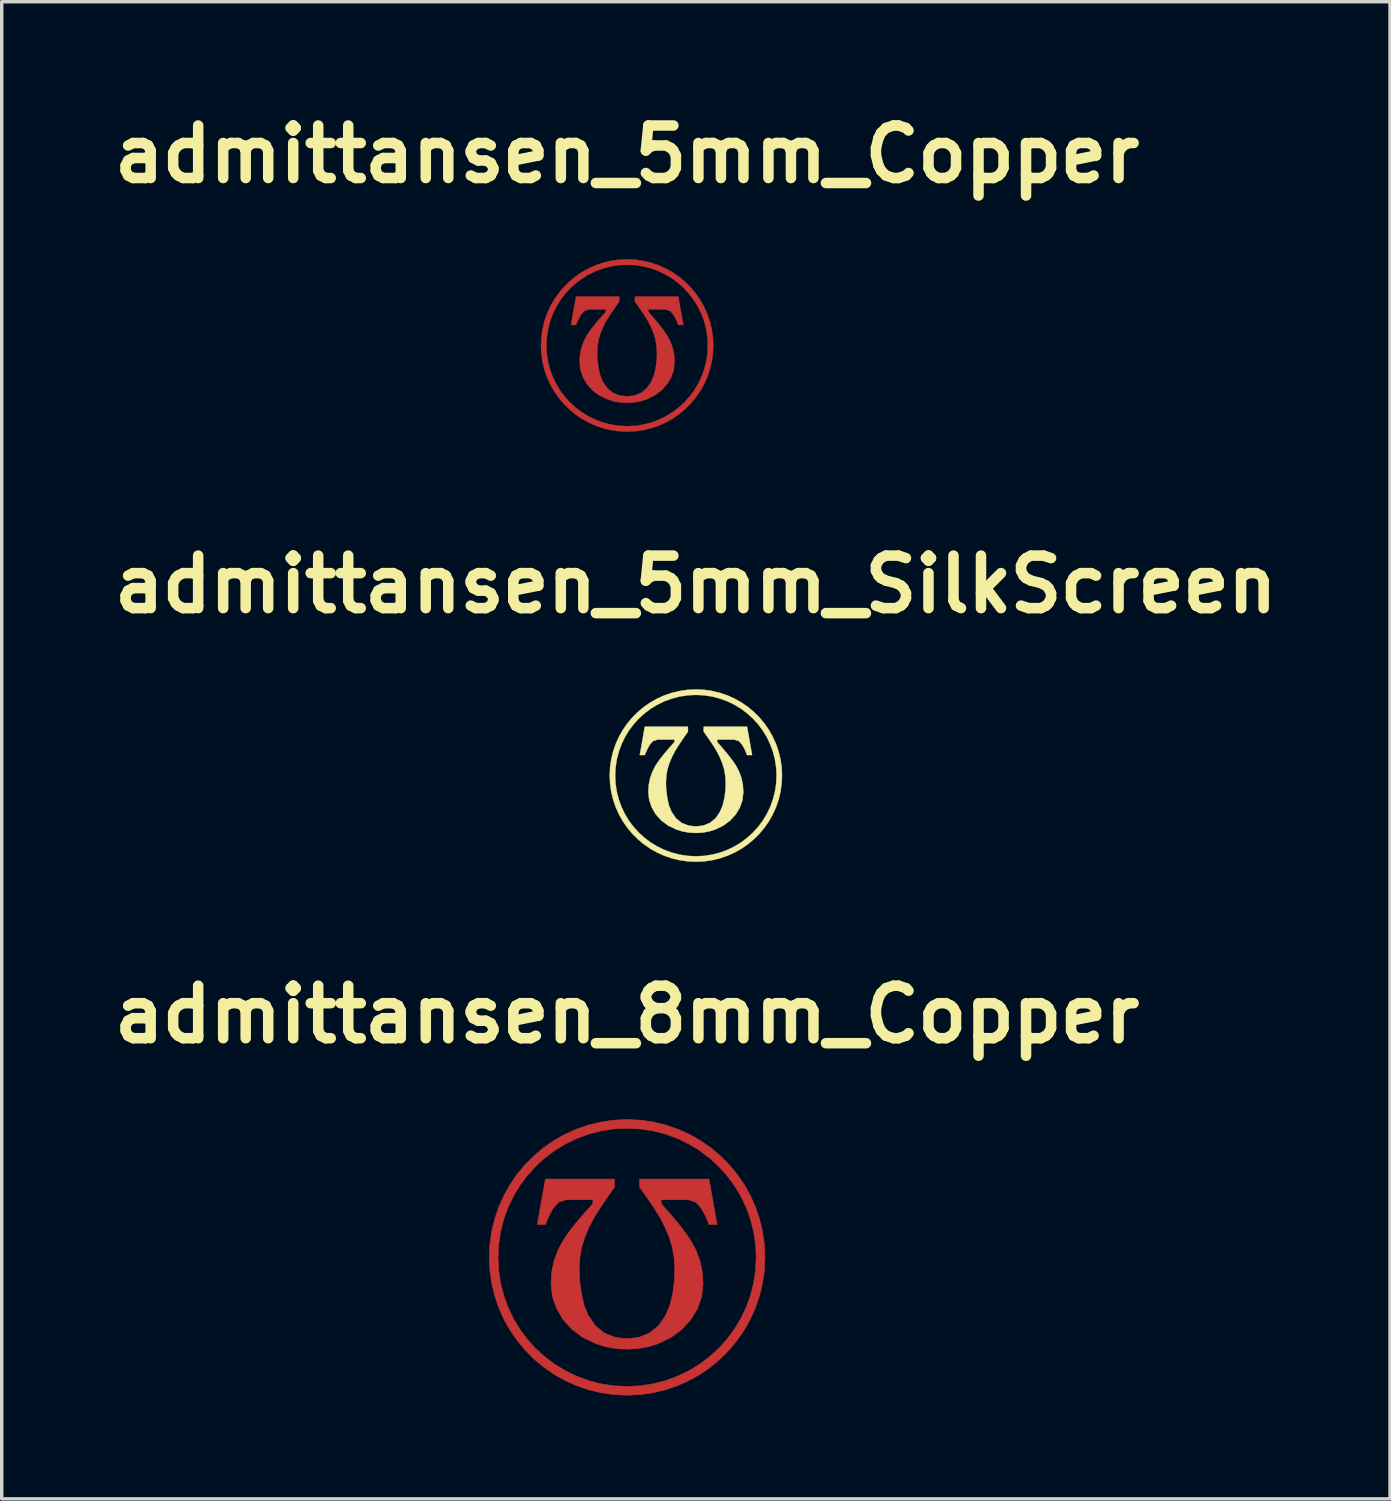
<source format=kicad_pcb>
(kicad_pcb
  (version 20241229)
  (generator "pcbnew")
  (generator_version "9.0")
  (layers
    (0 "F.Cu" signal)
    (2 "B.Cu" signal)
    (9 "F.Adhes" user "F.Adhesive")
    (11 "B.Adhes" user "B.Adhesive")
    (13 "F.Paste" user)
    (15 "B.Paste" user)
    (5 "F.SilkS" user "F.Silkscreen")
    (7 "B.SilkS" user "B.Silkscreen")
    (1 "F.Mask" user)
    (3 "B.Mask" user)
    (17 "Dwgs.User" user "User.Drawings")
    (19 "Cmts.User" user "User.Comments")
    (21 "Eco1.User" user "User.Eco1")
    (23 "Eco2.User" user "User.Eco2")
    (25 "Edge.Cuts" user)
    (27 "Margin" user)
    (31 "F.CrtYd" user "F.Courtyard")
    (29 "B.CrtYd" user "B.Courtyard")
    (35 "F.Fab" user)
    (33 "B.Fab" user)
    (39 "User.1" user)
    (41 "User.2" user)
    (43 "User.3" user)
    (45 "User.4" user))
  (footprint "admittansen_5mm_SilkScreen"
    (layer "F.Cu")
    (at 17.141 19.454)
    (property "Reference" "admittansen_5mm_SilkScreen" (at 0 -5.548 0) (layer "F.SilkS") (effects (font (size 1.524 1.524) (thickness 0.305))))
    (attr exclude_from_pos_files exclude_from_bom)
    (fp_poly (pts (xy -1.628 -0.596) (xy -1.482 -1.419) (xy -0.23 -1.419) (xy -0.23 -1.275) (xy -0.358 -1.09) (xy -0.484 -0.904) (xy -0.6 -0.722) (xy -0.69 -0.549) (xy -0.768 -0.364) (xy -0.824 -0.186) (xy -0.857 0.007) (xy -0.869 0.238) (xy -0.859 0.428) (xy -0.83 0.646) (xy -0.782 0.863) (xy -0.707 1.049) (xy -0.574 1.243) (xy -0.41 1.374) (xy -0.219 1.45) (xy -0.001 1.476) (xy 0.218 1.449) (xy 0.411 1.37) (xy 0.574 1.236) (xy 0.702 1.047) (xy 0.777 0.867) (xy 0.827 0.661) (xy 0.856 0.447) (xy 0.865 0.238) (xy 0.854 0.016) (xy 0.819 -0.186) (xy 0.762 -0.372) (xy 0.685 -0.553) (xy 0.591 -0.733) (xy 0.475 -0.918) (xy 0.348 -1.102) (xy 0.227 -1.275) (xy 0.227 -1.419) (xy 1.485 -1.419) (xy 1.632 -0.596) (xy 1.485 -0.596) (xy 1.424 -0.749) (xy 1.345 -0.891) (xy 1.245 -1.003) (xy 1.105 -1.046) (xy 0.617 -1.046) (xy 0.617 -0.976) (xy 0.76 -0.812) (xy 0.914 -0.63) (xy 1.055 -0.449) (xy 1.161 -0.294) (xy 1.25 -0.125) (xy 1.32 0.06) (xy 1.363 0.262) (xy 1.377 0.476) (xy 1.352 0.711) (xy 1.277 0.928) (xy 1.156 1.128) (xy 0.991 1.308) (xy 0.793 1.454) (xy 0.556 1.567) (xy 0.379 1.621) (xy 0.193 1.654) (xy -0.001 1.665) (xy -0.201 1.654) (xy -0.389 1.62) (xy -0.565 1.565) (xy -0.803 1.451) (xy -1.002 1.304) (xy -1.162 1.126) (xy -1.28 0.924) (xy -1.355 0.706) (xy -1.38 0.476) (xy -1.366 0.263) (xy -1.325 0.064) (xy -1.258 -0.12) (xy -1.166 -0.297) (xy -1.049 -0.469) (xy -0.911 -0.642) (xy -0.765 -0.813) (xy -0.62 -0.976) (xy -0.62 -1.046) (xy -1.102 -1.046) (xy -1.24 -1.003) (xy -1.342 -0.891) (xy -1.42 -0.744) (xy -1.482 -0.596) (xy -1.628 -0.596)) (stroke (width 0.01) (type solid)) (fill yes) (layer "F.SilkS"))
    (fp_poly (pts (xy 0 -2.5) (xy 0 -2.341) (xy 0.239 -2.329) (xy 0.472 -2.293) (xy 0.696 -2.235) (xy 0.911 -2.157) (xy 1.116 -2.058) (xy 1.309 -1.941) (xy 1.489 -1.806) (xy 1.655 -1.655) (xy 1.806 -1.489) (xy 1.941 -1.309) (xy 2.058 -1.116) (xy 2.157 -0.911) (xy 2.235 -0.696) (xy 2.293 -0.472) (xy 2.329 -0.239) (xy 2.341 0) (xy 2.329 0.239) (xy 2.293 0.472) (xy 2.235 0.696) (xy 2.157 0.911) (xy 2.058 1.116) (xy 1.941 1.309) (xy 1.806 1.489) (xy 1.655 1.655) (xy 1.489 1.806) (xy 1.309 1.941) (xy 1.116 2.058) (xy 0.911 2.157) (xy 0.696 2.235) (xy 0.472 2.293) (xy 0.239 2.329) (xy 0 2.341) (xy -0.239 2.329) (xy -0.472 2.293) (xy -0.696 2.235) (xy -0.911 2.157) (xy -1.116 2.058) (xy -1.309 1.941) (xy -1.489 1.806) (xy -1.655 1.655) (xy -1.806 1.489) (xy -1.941 1.309) (xy -2.058 1.116) (xy -2.157 0.911) (xy -2.235 0.696) (xy -2.293 0.472) (xy -2.329 0.239) (xy -2.341 0) (xy -2.329 -0.239) (xy -2.293 -0.472) (xy -2.235 -0.696) (xy -2.157 -0.911) (xy -2.058 -1.116) (xy -1.941 -1.309) (xy -1.806 -1.489) (xy -1.655 -1.655) (xy -1.489 -1.806) (xy -1.309 -1.941) (xy -1.116 -2.058) (xy -0.911 -2.157) (xy -0.696 -2.235) (xy -0.472 -2.293) (xy -0.239 -2.329) (xy 0 -2.341) (xy 0 -2.5) (xy -0.241 -2.489) (xy -0.475 -2.455) (xy -0.701 -2.4) (xy -0.92 -2.325) (xy -1.128 -2.231) (xy -1.326 -2.119) (xy -1.512 -1.99) (xy -1.686 -1.845) (xy -1.845 -1.686) (xy -1.99 -1.512) (xy -2.119 -1.326) (xy -2.231 -1.128) (xy -2.325 -0.92) (xy -2.4 -0.701) (xy -2.455 -0.475) (xy -2.489 -0.241) (xy -2.5 0) (xy -2.489 0.241) (xy -2.455 0.475) (xy -2.4 0.701) (xy -2.325 0.92) (xy -2.231 1.128) (xy -2.119 1.326) (xy -1.99 1.512) (xy -1.845 1.686) (xy -1.686 1.845) (xy -1.512 1.99) (xy -1.326 2.119) (xy -1.128 2.231) (xy -0.92 2.325) (xy -0.701 2.4) (xy -0.475 2.455) (xy -0.241 2.489) (xy 0 2.5) (xy 0.241 2.489) (xy 0.475 2.455) (xy 0.701 2.4) (xy 0.92 2.325) (xy 1.128 2.231) (xy 1.326 2.119) (xy 1.512 1.99) (xy 1.686 1.845) (xy 1.845 1.686) (xy 1.99 1.512) (xy 2.119 1.326) (xy 2.231 1.128) (xy 2.325 0.92) (xy 2.4 0.701) (xy 2.455 0.475) (xy 2.489 0.241) (xy 2.5 0) (xy 2.489 -0.241) (xy 2.455 -0.475) (xy 2.4 -0.701) (xy 2.325 -0.92) (xy 2.231 -1.128) (xy 2.119 -1.326) (xy 1.99 -1.512) (xy 1.845 -1.686) (xy 1.686 -1.845) (xy 1.512 -1.99) (xy 1.326 -2.119) (xy 1.128 -2.231) (xy 0.92 -2.325) (xy 0.701 -2.4) (xy 0.475 -2.455) (xy 0.241 -2.489) (xy 0 -2.5)) (stroke (width 0.009) (type solid)) (fill yes) (layer "F.SilkS")))
  (footprint "admittansen_8mm_Copper"
    (layer "F.Cu")
    (at 15.146 33.433)
    (property "Reference" "admittansen_8mm_Copper" (at 0 -7.048 0) (layer "F.SilkS") (effects (font (size 1.524 1.524) (thickness 0.305))))
    (attr exclude_from_pos_files exclude_from_bom)
    (fp_poly (pts (xy -2.606 -0.953) (xy -2.371 -2.271) (xy -0.368 -2.271) (xy -0.368 -2.04) (xy -0.573 -1.744) (xy -0.775 -1.446) (xy -0.959 -1.154) (xy -1.105 -0.879) (xy -1.229 -0.582) (xy -1.319 -0.298) (xy -1.372 0.011) (xy -1.39 0.381) (xy -1.375 0.685) (xy -1.329 1.033) (xy -1.251 1.382) (xy -1.132 1.679) (xy -0.918 1.989) (xy -0.656 2.198) (xy -0.35 2.321) (xy -0.001 2.361) (xy 0.349 2.319) (xy 0.658 2.191) (xy 0.919 1.978) (xy 1.123 1.675) (xy 1.243 1.387) (xy 1.324 1.057) (xy 1.369 0.715) (xy 1.385 0.381) (xy 1.366 0.025) (xy 1.31 -0.298) (xy 1.219 -0.596) (xy 1.096 -0.885) (xy 0.946 -1.172) (xy 0.76 -1.469) (xy 0.557 -1.763) (xy 0.363 -2.04) (xy 0.363 -2.271) (xy 2.376 -2.271) (xy 2.611 -0.953) (xy 2.376 -0.953) (xy 2.278 -1.198) (xy 2.152 -1.425) (xy 1.993 -1.605) (xy 1.769 -1.673) (xy 0.987 -1.673) (xy 0.987 -1.561) (xy 1.217 -1.299) (xy 1.463 -1.008) (xy 1.689 -0.719) (xy 1.857 -0.471) (xy 2 -0.2) (xy 2.112 0.096) (xy 2.18 0.419) (xy 2.203 0.762) (xy 2.163 1.138) (xy 2.044 1.485) (xy 1.849 1.805) (xy 1.585 2.093) (xy 1.268 2.326) (xy 0.889 2.507) (xy 0.606 2.594) (xy 0.309 2.646) (xy -0.001 2.664) (xy -0.322 2.646) (xy -0.623 2.593) (xy -0.904 2.504) (xy -1.285 2.321) (xy -1.604 2.086) (xy -1.859 1.802) (xy -2.049 1.478) (xy -2.168 1.129) (xy -2.208 0.762) (xy -2.186 0.42) (xy -2.12 0.103) (xy -2.012 -0.193) (xy -1.865 -0.474) (xy -1.678 -0.75) (xy -1.458 -1.028) (xy -1.224 -1.301) (xy -0.992 -1.561) (xy -0.992 -1.673) (xy -1.763 -1.673) (xy -1.984 -1.605) (xy -2.147 -1.425) (xy -2.273 -1.191) (xy -2.371 -0.953) (xy -2.606 -0.953)) (stroke (width 0.016) (type solid)) (fill yes) (layer "F.Cu"))
    (fp_poly (pts (xy 0 -4) (xy 0 -3.745) (xy 0.383 -3.726) (xy 0.755 -3.669) (xy 1.114 -3.577) (xy 1.458 -3.451) (xy 1.786 -3.293) (xy 2.095 -3.106) (xy 2.383 -2.89) (xy 2.649 -2.649) (xy 2.89 -2.383) (xy 3.106 -2.095) (xy 3.293 -1.786) (xy 3.451 -1.458) (xy 3.577 -1.114) (xy 3.669 -0.755) (xy 3.726 -0.383) (xy 3.745 0) (xy 3.726 0.383) (xy 3.669 0.755) (xy 3.577 1.114) (xy 3.451 1.458) (xy 3.293 1.786) (xy 3.106 2.095) (xy 2.89 2.383) (xy 2.649 2.649) (xy 2.383 2.89) (xy 2.095 3.106) (xy 1.786 3.293) (xy 1.458 3.451) (xy 1.114 3.577) (xy 0.755 3.669) (xy 0.383 3.726) (xy 0 3.745) (xy -0.383 3.726) (xy -0.755 3.669) (xy -1.114 3.577) (xy -1.458 3.451) (xy -1.786 3.293) (xy -2.095 3.106) (xy -2.383 2.89) (xy -2.649 2.649) (xy -2.89 2.383) (xy -3.106 2.095) (xy -3.293 1.786) (xy -3.451 1.458) (xy -3.577 1.114) (xy -3.669 0.755) (xy -3.726 0.383) (xy -3.745 0) (xy -3.726 -0.383) (xy -3.669 -0.755) (xy -3.577 -1.114) (xy -3.451 -1.458) (xy -3.293 -1.786) (xy -3.106 -2.095) (xy -2.89 -2.383) (xy -2.649 -2.649) (xy -2.383 -2.89) (xy -2.095 -3.106) (xy -1.786 -3.293) (xy -1.458 -3.451) (xy -1.114 -3.577) (xy -0.755 -3.669) (xy -0.383 -3.726) (xy 0 -3.745) (xy 0 -4) (xy -0.385 -3.982) (xy -0.76 -3.928) (xy -1.122 -3.84) (xy -1.471 -3.72) (xy -1.805 -3.57) (xy -2.122 -3.391) (xy -2.42 -3.184) (xy -2.697 -2.953) (xy -2.953 -2.697) (xy -3.184 -2.42) (xy -3.391 -2.122) (xy -3.57 -1.805) (xy -3.72 -1.471) (xy -3.84 -1.122) (xy -3.928 -0.76) (xy -3.982 -0.385) (xy -4 0) (xy -3.982 0.385) (xy -3.928 0.76) (xy -3.84 1.122) (xy -3.72 1.471) (xy -3.57 1.805) (xy -3.391 2.122) (xy -3.184 2.42) (xy -2.953 2.697) (xy -2.697 2.953) (xy -2.42 3.184) (xy -2.122 3.391) (xy -1.805 3.57) (xy -1.471 3.72) (xy -1.122 3.84) (xy -0.76 3.928) (xy -0.385 3.982) (xy 0 4) (xy 0.385 3.982) (xy 0.76 3.928) (xy 1.122 3.84) (xy 1.471 3.72) (xy 1.805 3.57) (xy 2.122 3.391) (xy 2.42 3.184) (xy 2.697 2.953) (xy 2.953 2.697) (xy 3.184 2.42) (xy 3.391 2.122) (xy 3.57 1.805) (xy 3.72 1.471) (xy 3.84 1.122) (xy 3.928 0.76) (xy 3.982 0.385) (xy 4 0) (xy 3.982 -0.385) (xy 3.928 -0.76) (xy 3.84 -1.122) (xy 3.72 -1.471) (xy 3.57 -1.805) (xy 3.391 -2.122) (xy 3.184 -2.42) (xy 2.953 -2.697) (xy 2.697 -2.953) (xy 2.42 -3.184) (xy 2.122 -3.391) (xy 1.805 -3.57) (xy 1.471 -3.72) (xy 1.122 -3.84) (xy 0.76 -3.928) (xy 0.385 -3.982) (xy 0 -4)) (stroke (width 0.015) (type solid)) (fill yes) (layer "F.Cu")))
  (footprint "admittansen_5mm_Copper"
    (layer "F.Cu")
    (at 15.146 6.974)
    (property "Reference" "admittansen_5mm_Copper" (at 0 -5.548 0) (layer "F.SilkS") (effects (font (size 1.524 1.524) (thickness 0.305))))
    (attr exclude_from_pos_files exclude_from_bom)
    (fp_poly (pts (xy -1.629 -0.596) (xy -1.482 -1.419) (xy -0.23 -1.419) (xy -0.23 -1.275) (xy -0.358 -1.09) (xy -0.484 -0.904) (xy -0.6 -0.722) (xy -0.69 -0.549) (xy -0.768 -0.364) (xy -0.824 -0.186) (xy -0.857 0.007) (xy -0.869 0.238) (xy -0.859 0.428) (xy -0.83 0.646) (xy -0.782 0.863) (xy -0.707 1.049) (xy -0.574 1.243) (xy -0.41 1.374) (xy -0.219 1.45) (xy -0.001 1.476) (xy 0.218 1.449) (xy 0.411 1.37) (xy 0.574 1.236) (xy 0.702 1.047) (xy 0.777 0.867) (xy 0.827 0.661) (xy 0.856 0.447) (xy 0.865 0.238) (xy 0.854 0.016) (xy 0.819 -0.186) (xy 0.762 -0.372) (xy 0.685 -0.553) (xy 0.591 -0.733) (xy 0.475 -0.918) (xy 0.348 -1.102) (xy 0.227 -1.275) (xy 0.227 -1.419) (xy 1.485 -1.419) (xy 1.632 -0.596) (xy 1.485 -0.596) (xy 1.424 -0.749) (xy 1.345 -0.891) (xy 1.245 -1.003) (xy 1.105 -1.046) (xy 0.617 -1.046) (xy 0.617 -0.976) (xy 0.76 -0.812) (xy 0.914 -0.63) (xy 1.055 -0.449) (xy 1.161 -0.294) (xy 1.25 -0.125) (xy 1.32 0.06) (xy 1.363 0.262) (xy 1.377 0.476) (xy 1.352 0.711) (xy 1.277 0.928) (xy 1.156 1.128) (xy 0.991 1.308) (xy 0.793 1.454) (xy 0.556 1.567) (xy 0.379 1.621) (xy 0.193 1.654) (xy -0.001 1.665) (xy -0.201 1.654) (xy -0.389 1.62) (xy -0.565 1.565) (xy -0.803 1.451) (xy -1.002 1.304) (xy -1.162 1.126) (xy -1.28 0.924) (xy -1.355 0.706) (xy -1.38 0.476) (xy -1.366 0.263) (xy -1.325 0.064) (xy -1.258 -0.12) (xy -1.166 -0.297) (xy -1.049 -0.469) (xy -0.911 -0.642) (xy -0.765 -0.813) (xy -0.62 -0.976) (xy -0.62 -1.046) (xy -1.102 -1.046) (xy -1.24 -1.003) (xy -1.342 -0.891) (xy -1.42 -0.744) (xy -1.482 -0.596) (xy -1.629 -0.596)) (stroke (width 0.01) (type solid)) (fill yes) (layer "F.Cu"))
    (fp_poly (pts (xy 0 -2.5) (xy 0 -2.341) (xy 0.239 -2.329) (xy 0.472 -2.293) (xy 0.696 -2.236) (xy 0.911 -2.157) (xy 1.116 -2.058) (xy 1.309 -1.941) (xy 1.489 -1.806) (xy 1.655 -1.655) (xy 1.806 -1.489) (xy 1.941 -1.309) (xy 2.058 -1.116) (xy 2.157 -0.911) (xy 2.236 -0.696) (xy 2.293 -0.472) (xy 2.329 -0.239) (xy 2.341 0) (xy 2.329 0.239) (xy 2.293 0.472) (xy 2.236 0.696) (xy 2.157 0.911) (xy 2.058 1.116) (xy 1.941 1.309) (xy 1.806 1.489) (xy 1.655 1.655) (xy 1.489 1.806) (xy 1.309 1.941) (xy 1.116 2.058) (xy 0.911 2.157) (xy 0.696 2.236) (xy 0.472 2.293) (xy 0.239 2.329) (xy 0 2.341) (xy -0.239 2.329) (xy -0.472 2.293) (xy -0.696 2.236) (xy -0.911 2.157) (xy -1.116 2.058) (xy -1.309 1.941) (xy -1.489 1.806) (xy -1.655 1.655) (xy -1.806 1.489) (xy -1.941 1.309) (xy -2.058 1.116) (xy -2.157 0.911) (xy -2.236 0.696) (xy -2.293 0.472) (xy -2.329 0.239) (xy -2.341 0) (xy -2.329 -0.239) (xy -2.293 -0.472) (xy -2.236 -0.696) (xy -2.157 -0.911) (xy -2.058 -1.116) (xy -1.941 -1.309) (xy -1.806 -1.489) (xy -1.655 -1.655) (xy -1.489 -1.806) (xy -1.309 -1.941) (xy -1.116 -2.058) (xy -0.911 -2.157) (xy -0.696 -2.236) (xy -0.472 -2.293) (xy -0.239 -2.329) (xy 0 -2.341) (xy 0 -2.5) (xy -0.241 -2.489) (xy -0.475 -2.455) (xy -0.701 -2.4) (xy -0.92 -2.325) (xy -1.128 -2.231) (xy -1.326 -2.119) (xy -1.512 -1.99) (xy -1.686 -1.845) (xy -1.845 -1.686) (xy -1.99 -1.512) (xy -2.119 -1.326) (xy -2.231 -1.128) (xy -2.325 -0.92) (xy -2.4 -0.701) (xy -2.455 -0.475) (xy -2.489 -0.241) (xy -2.5 0) (xy -2.489 0.241) (xy -2.455 0.475) (xy -2.4 0.701) (xy -2.325 0.92) (xy -2.231 1.128) (xy -2.119 1.326) (xy -1.99 1.512) (xy -1.845 1.686) (xy -1.686 1.845) (xy -1.512 1.99) (xy -1.326 2.119) (xy -1.128 2.231) (xy -0.92 2.325) (xy -0.701 2.4) (xy -0.475 2.455) (xy -0.241 2.489) (xy 0 2.5) (xy 0.241 2.489) (xy 0.475 2.455) (xy 0.701 2.4) (xy 0.92 2.325) (xy 1.128 2.231) (xy 1.326 2.119) (xy 1.512 1.99) (xy 1.686 1.845) (xy 1.845 1.686) (xy 1.99 1.512) (xy 2.119 1.326) (xy 2.231 1.128) (xy 2.325 0.92) (xy 2.4 0.701) (xy 2.455 0.475) (xy 2.489 0.241) (xy 2.5 0) (xy 2.489 -0.241) (xy 2.455 -0.475) (xy 2.4 -0.701) (xy 2.325 -0.92) (xy 2.231 -1.128) (xy 2.119 -1.326) (xy 1.99 -1.512) (xy 1.845 -1.686) (xy 1.686 -1.845) (xy 1.512 -1.99) (xy 1.326 -2.119) (xy 1.128 -2.231) (xy 0.92 -2.325) (xy 0.701 -2.4) (xy 0.475 -2.455) (xy 0.241 -2.489) (xy 0 -2.5)) (stroke (width 0.009) (type solid)) (fill yes) (layer "F.Cu")))
  (gr_rect
    (start -3 -3)
    (end 37.283 40.44)
    (stroke (width 0.1) (type default))
    (fill no)
    (layer "Edge.Cuts")))
</source>
